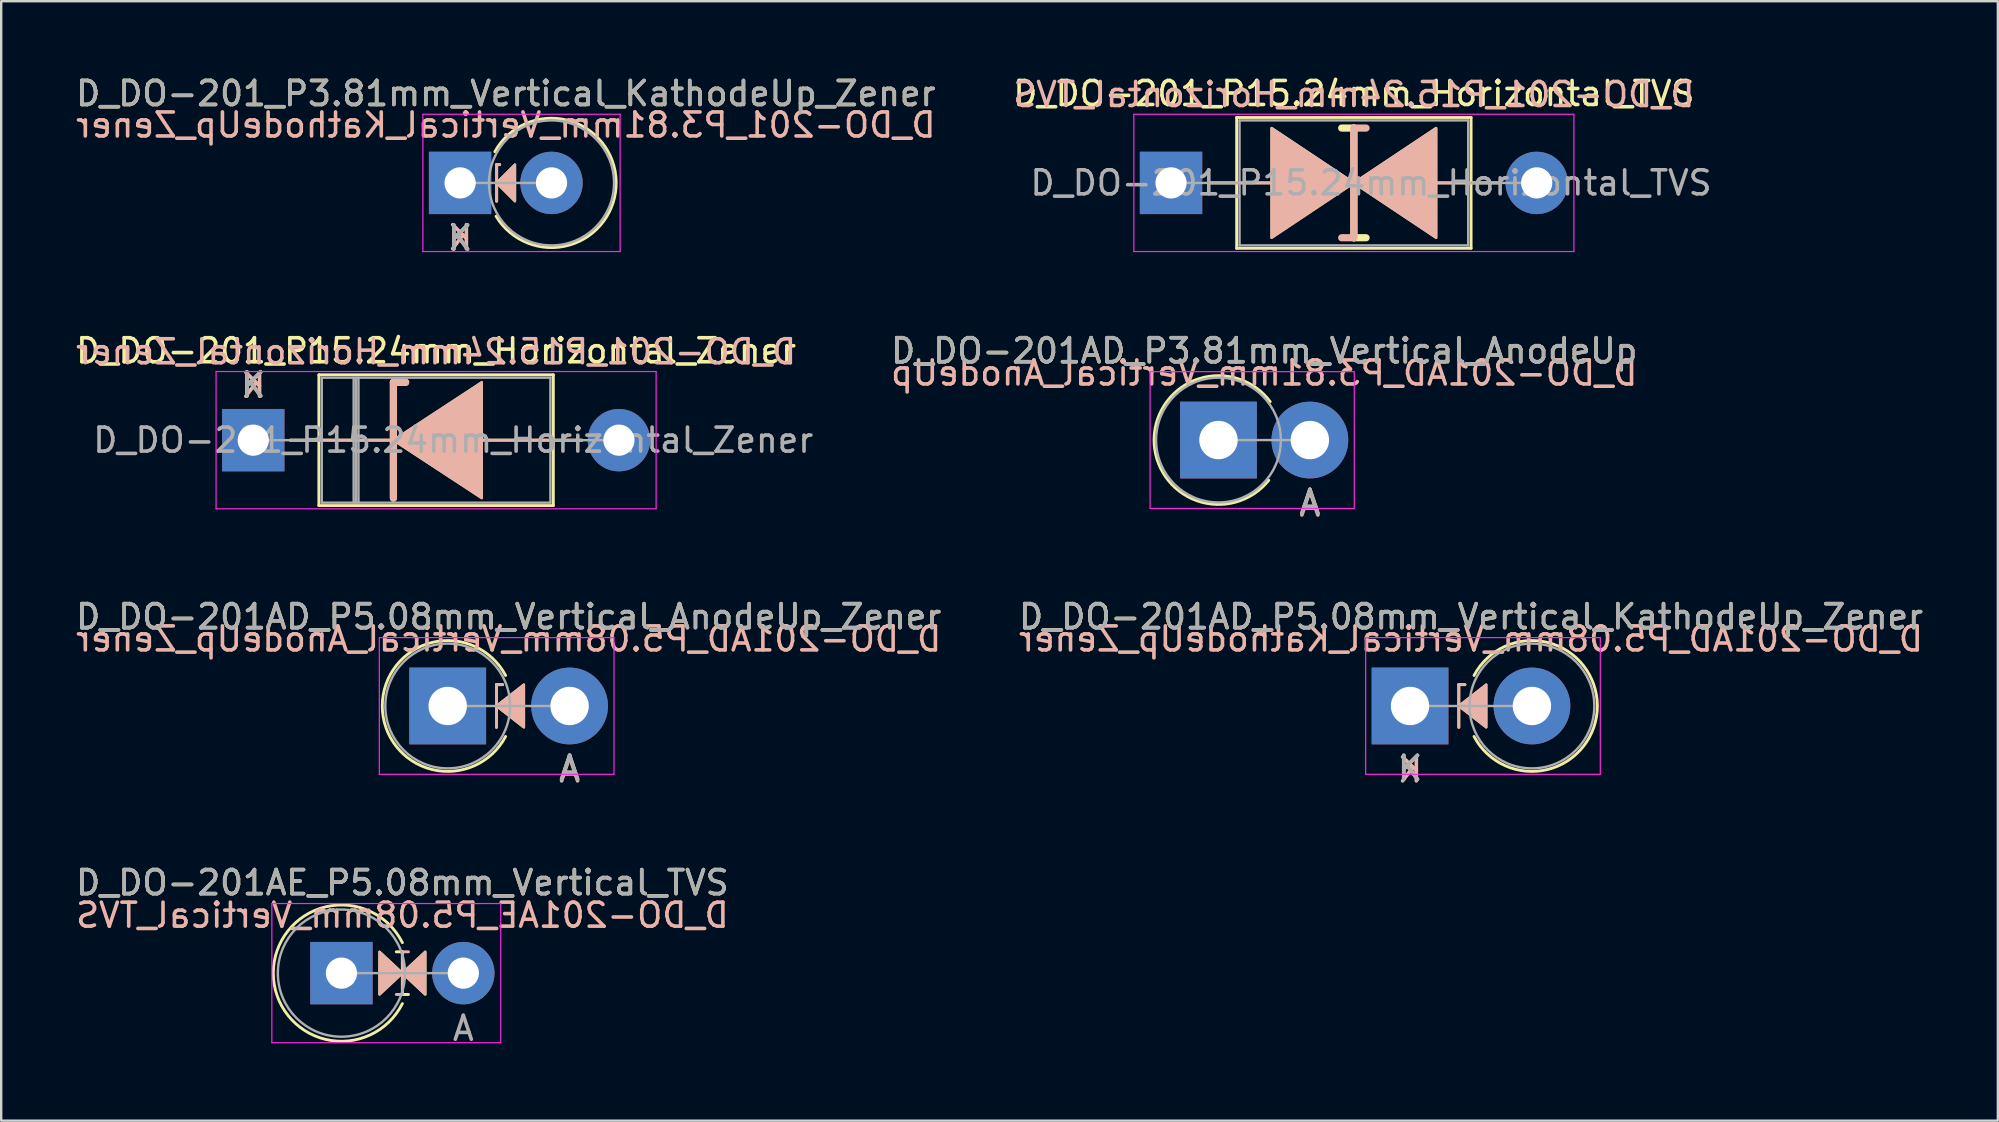
<source format=kicad_pcb>
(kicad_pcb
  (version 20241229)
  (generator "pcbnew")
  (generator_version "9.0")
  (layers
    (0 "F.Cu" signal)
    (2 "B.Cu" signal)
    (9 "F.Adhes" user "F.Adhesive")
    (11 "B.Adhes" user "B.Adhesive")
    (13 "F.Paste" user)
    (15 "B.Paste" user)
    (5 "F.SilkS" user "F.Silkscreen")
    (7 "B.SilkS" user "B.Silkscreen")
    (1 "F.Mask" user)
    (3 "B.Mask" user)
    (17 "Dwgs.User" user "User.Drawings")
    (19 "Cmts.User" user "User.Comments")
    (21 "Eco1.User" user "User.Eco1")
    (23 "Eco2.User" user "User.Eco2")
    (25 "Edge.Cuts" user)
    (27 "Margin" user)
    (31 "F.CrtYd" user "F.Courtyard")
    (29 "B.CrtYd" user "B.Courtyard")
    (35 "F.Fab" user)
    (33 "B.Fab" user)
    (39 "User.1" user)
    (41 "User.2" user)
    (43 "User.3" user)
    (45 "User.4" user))
  (footprint "D_DO-201_P15.24mm_Horizontal_TVS"
    (layer "F.Cu")
    (at 45.755 4.573)
    (property "Reference" "D_DO-201_P15.24mm_Horizontal_TVS" (at 7.62 -3.725 0) (layer "F.SilkS") (effects (font (size 1 1) (thickness 0.15))))
    (fp_line (start 1.54 0) (end 2.735 0) (stroke (width 0.12) (type solid)) (layer "F.SilkS"))
    (fp_line (start 2.735 -2.725) (end 2.735 2.725) (stroke (width 0.12) (type solid)) (layer "F.SilkS"))
    (fp_line (start 2.735 0) (end 4.191 0) (stroke (width 0.12) (type solid)) (layer "F.SilkS"))
    (fp_line (start 2.735 2.725) (end 12.505 2.725) (stroke (width 0.12) (type solid)) (layer "F.SilkS"))
    (fp_line (start 7.62 -2.286) (end 7.112 -2.286) (stroke (width 0.3) (type solid)) (layer "F.SilkS"))
    (fp_line (start 7.62 2.286) (end 7.62 -2.286) (stroke (width 0.3) (type solid)) (layer "F.SilkS"))
    (fp_line (start 8.128 2.286) (end 7.62 2.286) (stroke (width 0.3) (type solid)) (layer "F.SilkS"))
    (fp_line (start 11.049 0) (end 12.505 0) (stroke (width 0.12) (type solid)) (layer "F.SilkS"))
    (fp_line (start 12.505 -2.725) (end 2.735 -2.725) (stroke (width 0.12) (type solid)) (layer "F.SilkS"))
    (fp_line (start 12.505 2.725) (end 12.505 -2.725) (stroke (width 0.12) (type solid)) (layer "F.SilkS"))
    (fp_line (start 13.7 0) (end 12.505 0) (stroke (width 0.12) (type solid)) (layer "F.SilkS"))
    (fp_poly (pts (xy 7.62 0) (xy 4.191 2.286) (xy 4.191 -2.286)) (stroke (width 0.1) (type solid)) (fill yes) (layer "F.SilkS"))
    (fp_poly (pts (xy 7.62 0) (xy 11.049 -2.286) (xy 11.049 2.286)) (stroke (width 0.1) (type solid)) (fill yes) (layer "F.SilkS"))
    (fp_line (start 1.54 0) (end 2.735 0) (stroke (width 0.12) (type solid)) (layer "B.SilkS"))
    (fp_line (start 2.735 0) (end 4.191 0) (stroke (width 0.12) (type solid)) (layer "B.SilkS"))
    (fp_line (start 7.62 -2.286) (end 7.62 2.286) (stroke (width 0.3) (type solid)) (layer "B.SilkS"))
    (fp_line (start 7.62 2.286) (end 7.112 2.286) (stroke (width 0.3) (type solid)) (layer "B.SilkS"))
    (fp_line (start 8.128 -2.286) (end 7.62 -2.286) (stroke (width 0.3) (type solid)) (layer "B.SilkS"))
    (fp_line (start 11.049 0) (end 12.505 0) (stroke (width 0.12) (type solid)) (layer "B.SilkS"))
    (fp_line (start 13.7 0) (end 12.505 0) (stroke (width 0.12) (type solid)) (layer "B.SilkS"))
    (fp_poly (pts (xy 7.62 0) (xy 4.191 -2.286) (xy 4.191 2.286)) (stroke (width 0.1) (type solid)) (fill yes) (layer "B.SilkS"))
    (fp_poly (pts (xy 7.62 0) (xy 11.049 2.286) (xy 11.049 -2.286)) (stroke (width 0.1) (type solid)) (fill yes) (layer "B.SilkS"))
    (fp_line (start -1.55 -2.86) (end -1.55 2.86) (stroke (width 0.05) (type solid)) (layer "F.CrtYd"))
    (fp_line (start -1.55 2.86) (end 16.79 2.86) (stroke (width 0.05) (type solid)) (layer "F.CrtYd"))
    (fp_line (start 16.79 -2.86) (end -1.55 -2.86) (stroke (width 0.05) (type solid)) (layer "F.CrtYd"))
    (fp_line (start 16.79 2.86) (end 16.79 -2.86) (stroke (width 0.05) (type solid)) (layer "F.CrtYd"))
    (fp_line (start 0 0) (end 2.855 0) (stroke (width 0.1) (type solid)) (layer "F.Fab"))
    (fp_line (start 2.855 -2.605) (end 2.855 2.605) (stroke (width 0.1) (type solid)) (layer "F.Fab"))
    (fp_line (start 2.855 2.605) (end 12.385 2.605) (stroke (width 0.1) (type solid)) (layer "F.Fab"))
    (fp_line (start 12.385 -2.605) (end 2.855 -2.605) (stroke (width 0.1) (type solid)) (layer "F.Fab"))
    (fp_line (start 12.385 2.605) (end 12.385 -2.605) (stroke (width 0.1) (type solid)) (layer "F.Fab"))
    (fp_line (start 15.24 0) (end 12.385 0) (stroke (width 0.1) (type solid)) (layer "F.Fab"))
    (fp_text user "${REFERENCE}" (at 7.62 -3.683 0) (layer "B.SilkS") (effects (font (size 1 1) (thickness 0.15)) (justify mirror)))
    (fp_text user "${REFERENCE}" (at 8.335 0 0) (layer "F.Fab") (effects (font (size 1 1) (thickness 0.15))))
    (pad "1" thru_hole rect (at 0 0) (size 2.6 2.6) (drill 1.3) (layers "*.Cu" "*.Mask"))
    (pad "2" thru_hole oval (at 15.24 0) (size 2.6 2.6) (drill 1.3) (layers "*.Cu" "*.Mask")))
  (footprint "D_DO-201AE_P5.08mm_Vertical_TVS"
    (layer "F.Cu")
    (at 11.18 37.507)
    (property "Reference" "D_DO-201AE_P5.08mm_Vertical_TVS" (at 2.54 -3.77 0) (layer "F.SilkS") (effects (font (size 1 1) (thickness 0.15))))
    (fp_line (start 2.54 -0.889) (end 2.286 -0.889) (stroke (width 0.12) (type solid)) (layer "F.SilkS"))
    (fp_line (start 2.54 -0.889) (end 2.54 0.889) (stroke (width 0.12) (type solid)) (layer "F.SilkS"))
    (fp_line (start 2.54 0.889) (end 2.794 0.889) (stroke (width 0.12) (type solid)) (layer "F.SilkS"))
    (fp_arc (start 2.539999 1.27) (mid -2.839805 0) (end 2.539999 -1.269999) (stroke (width 0.12) (type solid)) (layer "F.SilkS"))
    (fp_poly (pts (xy 1.587 -0.889) (xy 2.54 0) (xy 1.587 0.889)) (stroke (width 0.1) (type solid)) (fill yes) (layer "F.SilkS"))
    (fp_poly (pts (xy 3.493 0.889) (xy 2.54 0) (xy 3.493 -0.889)) (stroke (width 0.1) (type solid)) (fill yes) (layer "F.SilkS"))
    (fp_line (start 2.54 -0.889) (end 2.794 -0.889) (stroke (width 0.12) (type solid)) (layer "B.SilkS"))
    (fp_line (start 2.54 0.889) (end 2.286 0.889) (stroke (width 0.12) (type solid)) (layer "B.SilkS"))
    (fp_line (start 2.54 0.889) (end 2.54 -0.889) (stroke (width 0.12) (type solid)) (layer "B.SilkS"))
    (fp_poly (pts (xy 1.587 0.889) (xy 2.54 0) (xy 1.587 -0.889)) (stroke (width 0.1) (type solid)) (fill yes) (layer "B.SilkS"))
    (fp_poly (pts (xy 3.493 -0.889) (xy 2.54 0) (xy 3.493 0.889)) (stroke (width 0.1) (type solid)) (fill yes) (layer "B.SilkS"))
    (fp_line (start -2.9 -2.9) (end -2.9 2.9) (stroke (width 0.05) (type solid)) (layer "F.CrtYd"))
    (fp_line (start -2.9 2.9) (end 6.64 2.9) (stroke (width 0.05) (type solid)) (layer "F.CrtYd"))
    (fp_line (start 6.64 -2.9) (end -2.9 -2.9) (stroke (width 0.05) (type solid)) (layer "F.CrtYd"))
    (fp_line (start 6.64 2.9) (end 6.64 -2.9) (stroke (width 0.05) (type solid)) (layer "F.CrtYd"))
    (fp_line (start 0 0) (end 5.08 0) (stroke (width 0.1) (type solid)) (layer "F.Fab"))
    (fp_circle (center 0 0) (end 2.65 0) (stroke (width 0.1) (type solid)) (fill no) (layer "F.Fab"))
    (fp_text user "${REFERENCE}" (at 2.54 -2.413 0) (layer "B.SilkS") (effects (font (size 1 1) (thickness 0.15)) (justify mirror)))
    (fp_text user "A" (at 5.08 2.3 0) (layer "F.Fab") (effects (font (size 1 1) (thickness 0.15))))
    (fp_text user "${REFERENCE}" (at 2.54 -3.77 0) (layer "F.Fab") (effects (font (size 1 1) (thickness 0.15))))
    (pad "1" thru_hole rect (at 0 0) (size 2.6 2.6) (drill 1.3) (layers "*.Cu" "*.Mask"))
    (pad "2" thru_hole oval (at 5.08 0) (size 2.6 2.6) (drill 1.3) (layers "*.Cu" "*.Mask")))
  (footprint "D_DO-201AD_P5.08mm_Vertical_KathodeUp_Zener"
    (layer "F.Cu")
    (at 55.716 26.373)
    (property "Reference" "D_DO-201AD_P5.08mm_Vertical_KathodeUp_Zener" (at 2.54 -3.72 0) (layer "F.SilkS") (effects (font (size 1 1) (thickness 0.15))))
    (fp_line (start 2.032 -0.889) (end 2.286 -0.889) (stroke (width 0.12) (type solid)) (layer "F.SilkS"))
    (fp_line (start 2.032 0.889) (end 2.032 -0.889) (stroke (width 0.12) (type solid)) (layer "F.SilkS"))
    (fp_arc (start 2.667 -1.269999) (mid 7.806804 0.000001) (end 2.667 1.27) (stroke (width 0.12) (type solid)) (layer "F.SilkS"))
    (fp_poly (pts (xy 3.175 0.889) (xy 2.032 0) (xy 3.175 -0.889)) (stroke (width 0.1) (type solid)) (fill yes) (layer "F.SilkS"))
    (fp_line (start 2.032 -0.889) (end 2.032 0.889) (stroke (width 0.12) (type solid)) (layer "B.SilkS"))
    (fp_line (start 2.032 -0.889) (end 2.286 -0.889) (stroke (width 0.12) (type solid)) (layer "B.SilkS"))
    (fp_poly (pts (xy 3.175 -0.889) (xy 2.032 0) (xy 3.175 0.889)) (stroke (width 0.1) (type solid)) (fill yes) (layer "B.SilkS"))
    (fp_line (start -1.85 -2.85) (end -1.85 2.85) (stroke (width 0.05) (type solid)) (layer "F.CrtYd"))
    (fp_line (start -1.85 2.85) (end 7.93 2.85) (stroke (width 0.05) (type solid)) (layer "F.CrtYd"))
    (fp_line (start 7.93 -2.85) (end -1.85 -2.85) (stroke (width 0.05) (type solid)) (layer "F.CrtYd"))
    (fp_line (start 7.93 2.85) (end 7.93 -2.85) (stroke (width 0.05) (type solid)) (layer "F.CrtYd"))
    (fp_line (start 0 0) (end 5.08 0) (stroke (width 0.1) (type solid)) (layer "F.Fab"))
    (fp_circle (center 5.08 0) (end 7.68 0) (stroke (width 0.1) (type solid)) (fill no) (layer "F.Fab"))
    (fp_text user "K" (at 0 2.6 0) (layer "F.SilkS") (effects (font (size 1 1) (thickness 0.15))))
    (fp_text user "K" (at 0 2.667 0) (layer "B.SilkS") (effects (font (size 1 1) (thickness 0.15)) (justify mirror)))
    (fp_text user "${REFERENCE}" (at 2.54 -2.794 0) (layer "B.SilkS") (effects (font (size 1 1) (thickness 0.15)) (justify mirror)))
    (fp_text user "${REFERENCE}" (at 2.54 -3.72 0) (layer "F.Fab") (effects (font (size 1 1) (thickness 0.15))))
    (fp_text user "K" (at 0 2.6 0) (layer "F.Fab") (effects (font (size 1 1) (thickness 0.15))))
    (pad "1" thru_hole rect (at 0 0) (size 3.2 3.2) (drill 1.6) (layers "*.Cu" "*.Mask"))
    (pad "2" thru_hole oval (at 5.08 0) (size 3.2 3.2) (drill 1.6) (layers "*.Cu" "*.Mask")))
  (footprint "D_DO-201AD_P3.81mm_Vertical_AnodeUp"
    (layer "F.Cu")
    (at 47.732 15.29)
    (property "Reference" "D_DO-201AD_P3.81mm_Vertical_AnodeUp" (at 1.905 -3.72 0) (layer "F.SilkS") (effects (font (size 1 1) (thickness 0.15))))
    (fp_arc (start 2.096636 1.675386) (mid -2.683382 -0.047582) (end 2.154716 -1.6) (stroke (width 0.12) (type solid)) (layer "F.SilkS"))
    (fp_line (start -2.85 -2.85) (end -2.85 2.85) (stroke (width 0.05) (type solid)) (layer "F.CrtYd"))
    (fp_line (start -2.85 2.85) (end 5.66 2.85) (stroke (width 0.05) (type solid)) (layer "F.CrtYd"))
    (fp_line (start 5.66 -2.85) (end -2.85 -2.85) (stroke (width 0.05) (type solid)) (layer "F.CrtYd"))
    (fp_line (start 5.66 2.85) (end 5.66 -2.85) (stroke (width 0.05) (type solid)) (layer "F.CrtYd"))
    (fp_line (start 0 0) (end 3.81 0) (stroke (width 0.1) (type solid)) (layer "F.Fab"))
    (fp_circle (center 0 0) (end 2.6 0) (stroke (width 0.1) (type solid)) (fill no) (layer "F.Fab"))
    (fp_text user "A" (at 3.81 2.6 0) (layer "F.SilkS") (effects (font (size 1 1) (thickness 0.15))))
    (fp_text user "A" (at 3.81 2.667 0) (layer "B.SilkS") (effects (font (size 1 1) (thickness 0.15)) (justify mirror)))
    (fp_text user "${REFERENCE}" (at 1.905 -2.794 0) (layer "B.SilkS") (effects (font (size 1 1) (thickness 0.15)) (justify mirror)))
    (fp_text user "${REFERENCE}" (at 1.905 -3.72 0) (layer "F.Fab") (effects (font (size 1 1) (thickness 0.15))))
    (fp_text user "A" (at 3.81 2.6 0) (layer "F.Fab") (effects (font (size 1 1) (thickness 0.15))))
    (pad "1" thru_hole rect (at 0 0) (size 3.2 3.2) (drill 1.6) (layers "*.Cu" "*.Mask"))
    (pad "2" thru_hole oval (at 3.81 0) (size 3.2 3.2) (drill 1.6) (layers "*.Cu" "*.Mask")))
  (footprint "D_DO-201_P15.24mm_Horizontal_Zener"
    (layer "F.Cu")
    (at 7.505 15.295)
    (property "Reference" "D_DO-201_P15.24mm_Horizontal_Zener" (at 7.62 -3.725 0) (layer "F.SilkS") (effects (font (size 1 1) (thickness 0.15))))
    (fp_line (start 1.54 0) (end 2.735 0) (stroke (width 0.12) (type solid)) (layer "F.SilkS"))
    (fp_line (start 2.735 -2.725) (end 2.735 2.725) (stroke (width 0.12) (type solid)) (layer "F.SilkS"))
    (fp_line (start 2.735 2.725) (end 12.505 2.725) (stroke (width 0.12) (type solid)) (layer "F.SilkS"))
    (fp_line (start 5.842 -2.413) (end 5.842 2.413) (stroke (width 0.3) (type solid)) (layer "F.SilkS"))
    (fp_line (start 5.842 -2.413) (end 6.35 -2.413) (stroke (width 0.3) (type solid)) (layer "F.SilkS"))
    (fp_line (start 5.842 0) (end 2.735 0) (stroke (width 0.12) (type solid)) (layer "F.SilkS"))
    (fp_line (start 9.525 0) (end 12.505 0) (stroke (width 0.12) (type solid)) (layer "F.SilkS"))
    (fp_line (start 12.505 -2.725) (end 2.735 -2.725) (stroke (width 0.12) (type solid)) (layer "F.SilkS"))
    (fp_line (start 12.505 2.725) (end 12.505 -2.725) (stroke (width 0.12) (type solid)) (layer "F.SilkS"))
    (fp_line (start 13.7 0) (end 12.505 0) (stroke (width 0.12) (type solid)) (layer "F.SilkS"))
    (fp_poly (pts (xy 9.525 2.413) (xy 5.842 0) (xy 9.525 -2.413)) (stroke (width 0.1) (type solid)) (fill yes) (layer "F.SilkS"))
    (fp_line (start 1.54 0) (end 2.735 0) (stroke (width 0.12) (type solid)) (layer "B.SilkS"))
    (fp_line (start 5.842 -2.413) (end 6.35 -2.413) (stroke (width 0.3) (type solid)) (layer "B.SilkS"))
    (fp_line (start 5.842 0) (end 2.735 0) (stroke (width 0.12) (type solid)) (layer "B.SilkS"))
    (fp_line (start 5.842 2.413) (end 5.842 -2.413) (stroke (width 0.3) (type solid)) (layer "B.SilkS"))
    (fp_line (start 9.525 0) (end 12.505 0) (stroke (width 0.12) (type solid)) (layer "B.SilkS"))
    (fp_line (start 13.7 0) (end 12.505 0) (stroke (width 0.12) (type solid)) (layer "B.SilkS"))
    (fp_poly (pts (xy 9.525 -2.413) (xy 5.842 0) (xy 9.525 2.413)) (stroke (width 0.1) (type solid)) (fill yes) (layer "B.SilkS"))
    (fp_line (start -1.55 -2.86) (end -1.55 2.86) (stroke (width 0.05) (type solid)) (layer "F.CrtYd"))
    (fp_line (start -1.55 2.86) (end 16.79 2.86) (stroke (width 0.05) (type solid)) (layer "F.CrtYd"))
    (fp_line (start 16.79 -2.86) (end -1.55 -2.86) (stroke (width 0.05) (type solid)) (layer "F.CrtYd"))
    (fp_line (start 16.79 2.86) (end 16.79 -2.86) (stroke (width 0.05) (type solid)) (layer "F.CrtYd"))
    (fp_line (start 0 0) (end 2.855 0) (stroke (width 0.1) (type solid)) (layer "F.Fab"))
    (fp_line (start 2.855 -2.605) (end 2.855 2.605) (stroke (width 0.1) (type solid)) (layer "F.Fab"))
    (fp_line (start 2.855 2.605) (end 12.385 2.605) (stroke (width 0.1) (type solid)) (layer "F.Fab"))
    (fp_line (start 4.184 -2.605) (end 4.184 2.605) (stroke (width 0.1) (type solid)) (layer "F.Fab"))
    (fp_line (start 4.285 -2.605) (end 4.285 2.605) (stroke (width 0.1) (type solid)) (layer "F.Fab"))
    (fp_line (start 4.385 -2.605) (end 4.385 2.605) (stroke (width 0.1) (type solid)) (layer "F.Fab"))
    (fp_line (start 12.385 -2.605) (end 2.855 -2.605) (stroke (width 0.1) (type solid)) (layer "F.Fab"))
    (fp_line (start 12.385 2.605) (end 12.385 -2.605) (stroke (width 0.1) (type solid)) (layer "F.Fab"))
    (fp_line (start 15.24 0) (end 12.385 0) (stroke (width 0.1) (type solid)) (layer "F.Fab"))
    (fp_text user "K" (at 0 -2.3 0) (layer "F.SilkS") (effects (font (size 1 1) (thickness 0.15))))
    (fp_text user "K" (at 0 -2.286 0) (layer "B.SilkS") (effects (font (size 1 1) (thickness 0.15)) (justify mirror)))
    (fp_text user "${REFERENCE}" (at 7.62 -3.683 0) (layer "B.SilkS") (effects (font (size 1 1) (thickness 0.15)) (justify mirror)))
    (fp_text user "${REFERENCE}" (at 8.335 0 0) (layer "F.Fab") (effects (font (size 1 1) (thickness 0.15))))
    (fp_text user "K" (at 0 -2.3 0) (layer "F.Fab") (effects (font (size 1 1) (thickness 0.15))))
    (pad "1" thru_hole rect (at 0 0) (size 2.6 2.6) (drill 1.3) (layers "*.Cu" "*.Mask"))
    (pad "2" thru_hole oval (at 15.24 0) (size 2.6 2.6) (drill 1.3) (layers "*.Cu" "*.Mask")))
  (footprint "D_DO-201AD_P5.08mm_Vertical_AnodeUp_Zener"
    (layer "F.Cu")
    (at 15.609 26.373)
    (property "Reference" "D_DO-201AD_P5.08mm_Vertical_AnodeUp_Zener" (at 2.54 -3.72 0) (layer "F.SilkS") (effects (font (size 1 1) (thickness 0.15))))
    (fp_line (start 2.032 -0.889) (end 2.286 -0.889) (stroke (width 0.12) (type solid)) (layer "F.SilkS"))
    (fp_line (start 2.032 0.889) (end 2.032 -0.889) (stroke (width 0.12) (type solid)) (layer "F.SilkS"))
    (fp_arc (start 2.412999 1.27) (mid -2.726805 0) (end 2.412999 -1.269999) (stroke (width 0.12) (type solid)) (layer "F.SilkS"))
    (fp_poly (pts (xy 3.175 0.889) (xy 2.032 0) (xy 3.175 -0.889)) (stroke (width 0.1) (type solid)) (fill yes) (layer "F.SilkS"))
    (fp_line (start 2.032 -0.889) (end 2.032 0.889) (stroke (width 0.12) (type solid)) (layer "B.SilkS"))
    (fp_line (start 2.032 -0.889) (end 2.286 -0.889) (stroke (width 0.12) (type solid)) (layer "B.SilkS"))
    (fp_poly (pts (xy 3.175 -0.889) (xy 2.032 0) (xy 3.175 0.889)) (stroke (width 0.1) (type solid)) (fill yes) (layer "B.SilkS"))
    (fp_line (start -2.85 -2.85) (end -2.85 2.85) (stroke (width 0.05) (type solid)) (layer "F.CrtYd"))
    (fp_line (start -2.85 2.85) (end 6.93 2.85) (stroke (width 0.05) (type solid)) (layer "F.CrtYd"))
    (fp_line (start 6.93 -2.85) (end -2.85 -2.85) (stroke (width 0.05) (type solid)) (layer "F.CrtYd"))
    (fp_line (start 6.93 2.85) (end 6.93 -2.85) (stroke (width 0.05) (type solid)) (layer "F.CrtYd"))
    (fp_line (start 0 0) (end 5.08 0) (stroke (width 0.1) (type solid)) (layer "F.Fab"))
    (fp_circle (center 0 0) (end 2.6 0) (stroke (width 0.1) (type solid)) (fill no) (layer "F.Fab"))
    (fp_text user "A" (at 5.08 2.6 0) (layer "F.SilkS") (effects (font (size 1 1) (thickness 0.15))))
    (fp_text user "${REFERENCE}" (at 2.54 -2.794 0) (layer "B.SilkS") (effects (font (size 1 1) (thickness 0.15)) (justify mirror)))
    (fp_text user "A" (at 5.08 2.667 0) (layer "B.SilkS") (effects (font (size 1 1) (thickness 0.15)) (justify mirror)))
    (fp_text user "${REFERENCE}" (at 2.54 -3.72 0) (layer "F.Fab") (effects (font (size 1 1) (thickness 0.15))))
    (fp_text user "A" (at 5.08 2.6 0) (layer "F.Fab") (effects (font (size 1 1) (thickness 0.15))))
    (pad "1" thru_hole rect (at 0 0) (size 3.2 3.2) (drill 1.6) (layers "*.Cu" "*.Mask"))
    (pad "2" thru_hole oval (at 5.08 0) (size 3.2 3.2) (drill 1.6) (layers "*.Cu" "*.Mask")))
  (footprint "D_DO-201_P3.81mm_Vertical_KathodeUp_Zener"
    (layer "F.Cu")
    (at 16.125 4.573)
    (property "Reference" "D_DO-201_P3.81mm_Vertical_KathodeUp_Zener" (at 1.905 -3.725 0) (layer "F.SilkS") (effects (font (size 1 1) (thickness 0.15))))
    (fp_line (start 1.524 -0.762) (end 1.524 0.762) (stroke (width 0.12) (type solid)) (layer "F.SilkS"))
    (fp_line (start 1.524 -0.762) (end 1.651 -0.762) (stroke (width 0.12) (type solid)) (layer "F.SilkS"))
    (fp_arc (start 1.448639 -1.3) (mid 6.505054 -0.052035) (end 1.50058 1.390181) (stroke (width 0.12) (type solid)) (layer "F.SilkS"))
    (fp_poly (pts (xy 2.286 0.762) (xy 1.524 0) (xy 2.286 -0.762)) (stroke (width 0.1) (type solid)) (fill yes) (layer "F.SilkS"))
    (fp_line (start 1.524 -0.762) (end 1.651 -0.762) (stroke (width 0.12) (type solid)) (layer "B.SilkS"))
    (fp_line (start 1.524 0.762) (end 1.524 -0.762) (stroke (width 0.12) (type solid)) (layer "B.SilkS"))
    (fp_poly (pts (xy 2.286 -0.762) (xy 1.524 0) (xy 2.286 0.762)) (stroke (width 0.1) (type solid)) (fill yes) (layer "B.SilkS"))
    (fp_line (start -1.55 -2.86) (end -1.55 2.86) (stroke (width 0.05) (type solid)) (layer "F.CrtYd"))
    (fp_line (start -1.55 2.86) (end 6.67 2.86) (stroke (width 0.05) (type solid)) (layer "F.CrtYd"))
    (fp_line (start 6.67 -2.86) (end -1.55 -2.86) (stroke (width 0.05) (type solid)) (layer "F.CrtYd"))
    (fp_line (start 6.67 2.86) (end 6.67 -2.86) (stroke (width 0.05) (type solid)) (layer "F.CrtYd"))
    (fp_line (start 0 0) (end 3.81 0) (stroke (width 0.1) (type solid)) (layer "F.Fab"))
    (fp_circle (center 3.81 0) (end 6.415 0) (stroke (width 0.1) (type solid)) (fill no) (layer "F.Fab"))
    (fp_text user "K" (at 0 2.3 0) (layer "F.SilkS") (effects (font (size 1 1) (thickness 0.15))))
    (fp_text user "${REFERENCE}" (at 1.905 -2.413 0) (layer "B.SilkS") (effects (font (size 1 1) (thickness 0.15)) (justify mirror)))
    (fp_text user "K" (at 0 2.286 0) (layer "B.SilkS") (effects (font (size 1 1) (thickness 0.15)) (justify mirror)))
    (fp_text user "K" (at 0 2.3 0) (layer "F.Fab") (effects (font (size 1 1) (thickness 0.15))))
    (fp_text user "${REFERENCE}" (at 1.905 -3.725 0) (layer "F.Fab") (effects (font (size 1 1) (thickness 0.15))))
    (pad "1" thru_hole rect (at 0 0) (size 2.6 2.6) (drill 1.3) (layers "*.Cu" "*.Mask"))
    (pad "2" thru_hole oval (at 3.81 0) (size 2.6 2.6) (drill 1.3) (layers "*.Cu" "*.Mask")))
  (gr_rect
    (start -3 -3)
    (end 80.214 43.655)
    (stroke (width 0.1) (type default))
    (fill no)
    (layer "Edge.Cuts")))
</source>
